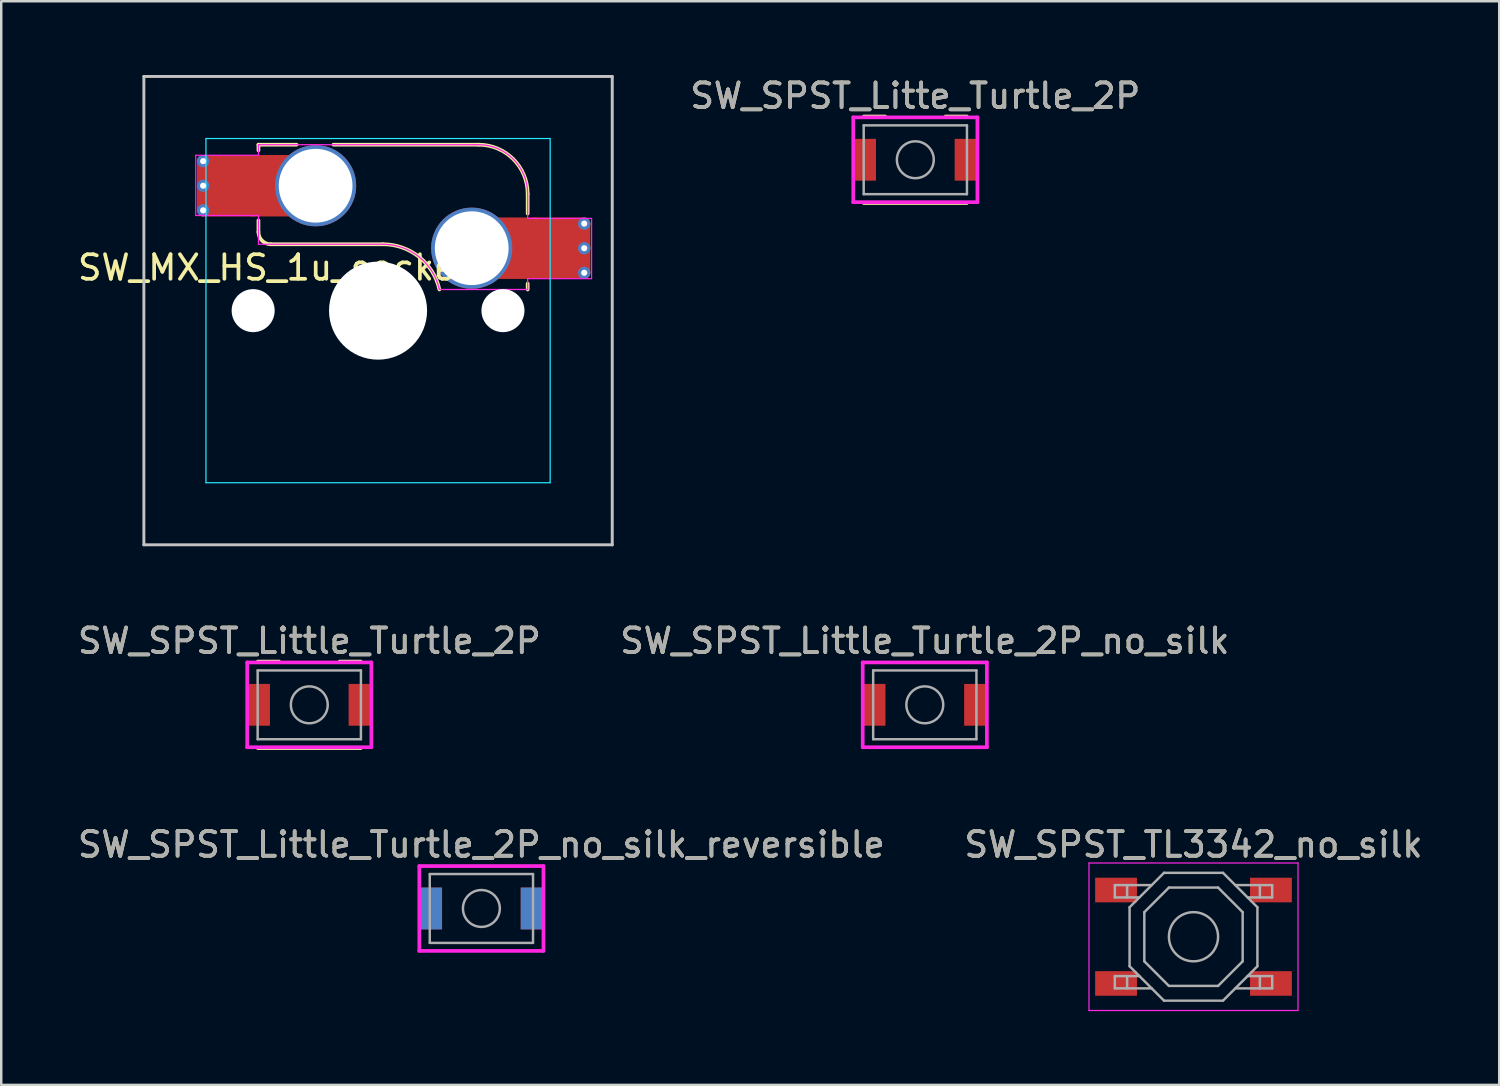
<source format=kicad_pcb>
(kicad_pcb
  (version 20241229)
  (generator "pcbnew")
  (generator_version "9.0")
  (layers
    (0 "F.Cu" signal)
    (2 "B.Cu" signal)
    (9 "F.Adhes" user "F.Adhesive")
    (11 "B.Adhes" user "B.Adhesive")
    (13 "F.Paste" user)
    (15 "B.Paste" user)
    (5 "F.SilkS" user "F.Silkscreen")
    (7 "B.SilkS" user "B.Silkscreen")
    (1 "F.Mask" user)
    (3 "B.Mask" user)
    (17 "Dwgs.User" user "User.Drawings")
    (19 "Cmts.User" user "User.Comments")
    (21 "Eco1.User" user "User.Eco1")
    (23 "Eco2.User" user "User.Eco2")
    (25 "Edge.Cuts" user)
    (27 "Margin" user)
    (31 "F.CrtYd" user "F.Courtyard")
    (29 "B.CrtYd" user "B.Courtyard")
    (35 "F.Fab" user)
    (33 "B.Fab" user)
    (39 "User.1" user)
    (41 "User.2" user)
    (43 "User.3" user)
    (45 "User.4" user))
  (footprint "SW_SPST_Little_Turtle_2P_no_silk"
    (layer "F.Cu")
    (at 34.565 25.618)
    (property "Reference" "SW_SPST_Little_Turtle_2P_no_silk" (at 0 -2.6 0) (layer "F.SilkS") (effects (font (size 1 1) (thickness 0.15))))
    (attr smd)
    (fp_line (start -2.525 -1.725) (end -2.525 1.725) (stroke (width 0.15) (type solid)) (layer "F.CrtYd"))
    (fp_line (start -2.525 1.725) (end 2.525 1.725) (stroke (width 0.15) (type solid)) (layer "F.CrtYd"))
    (fp_line (start 2.525 -1.725) (end -2.525 -1.725) (stroke (width 0.15) (type solid)) (layer "F.CrtYd"))
    (fp_line (start 2.525 1.725) (end 2.525 -1.725) (stroke (width 0.15) (type solid)) (layer "F.CrtYd"))
    (fp_line (start -2.1 -1.4) (end 2.1 -1.4) (stroke (width 0.1) (type solid)) (layer "F.Fab"))
    (fp_line (start -2.1 1.4) (end -2.1 -1.4) (stroke (width 0.1) (type solid)) (layer "F.Fab"))
    (fp_line (start 2.1 -1.4) (end 2.1 1.4) (stroke (width 0.1) (type solid)) (layer "F.Fab"))
    (fp_line (start 2.1 1.4) (end -2.1 1.4) (stroke (width 0.1) (type solid)) (layer "F.Fab"))
    (fp_circle (center 0 0) (end 0.75 0) (stroke (width 0.1) (type solid)) (fill no) (layer "F.Fab"))
    (fp_text user "${REFERENCE}" (at 0 -2.6 0) (layer "F.Fab") (effects (font (size 1 1) (thickness 0.15))))
    (pad "1" smd rect (at -2.05 0) (size 0.9 1.7) (layers "F.Cu" "F.Mask" "F.Paste"))
    (pad "2" smd rect (at 2.05 0) (size 0.9 1.7) (layers "F.Cu" "F.Mask" "F.Paste")))
  (footprint "SW_SPST_Little_Turtle_2P"
    (layer "F.Cu")
    (at 9.53 25.618)
    (property "Reference" "SW_SPST_Little_Turtle_2P" (at 0 -2.6 0) (layer "F.SilkS") (effects (font (size 1 1) (thickness 0.15))))
    (attr smd)
    (fp_line (start -2.1 -1.775) (end -1.225 -1.775) (stroke (width 0.12) (type solid)) (layer "F.SilkS"))
    (fp_line (start -2.1 1.775) (end 2.1 1.775) (stroke (width 0.12) (type solid)) (layer "F.SilkS"))
    (fp_line (start 1.225 -1.775) (end 2.1 -1.775) (stroke (width 0.12) (type solid)) (layer "F.SilkS"))
    (fp_line (start -2.525 -1.725) (end -2.525 1.725) (stroke (width 0.15) (type solid)) (layer "F.CrtYd"))
    (fp_line (start -2.525 1.725) (end 2.525 1.725) (stroke (width 0.15) (type solid)) (layer "F.CrtYd"))
    (fp_line (start 2.525 -1.725) (end -2.525 -1.725) (stroke (width 0.15) (type solid)) (layer "F.CrtYd"))
    (fp_line (start 2.525 1.725) (end 2.525 -1.725) (stroke (width 0.15) (type solid)) (layer "F.CrtYd"))
    (fp_line (start -2.1 -1.4) (end 2.1 -1.4) (stroke (width 0.1) (type solid)) (layer "F.Fab"))
    (fp_line (start -2.1 1.4) (end -2.1 -1.4) (stroke (width 0.1) (type solid)) (layer "F.Fab"))
    (fp_line (start 2.1 -1.4) (end 2.1 1.4) (stroke (width 0.1) (type solid)) (layer "F.Fab"))
    (fp_line (start 2.1 1.4) (end -2.1 1.4) (stroke (width 0.1) (type solid)) (layer "F.Fab"))
    (fp_circle (center 0 0) (end 0.75 0) (stroke (width 0.1) (type solid)) (fill no) (layer "F.Fab"))
    (fp_text user "${REFERENCE}" (at 0 -2.6 0) (layer "F.Fab") (effects (font (size 1 1) (thickness 0.15))))
    (pad "1" smd rect (at -2.05 0) (size 0.9 1.7) (layers "F.Cu" "F.Mask" "F.Paste"))
    (pad "2" smd rect (at 2.05 0) (size 0.9 1.7) (layers "F.Cu" "F.Mask" "F.Paste")))
  (footprint "SW_SPST_Little_Turtle_2P_no_silk_reversible"
    (layer "F.Cu")
    (at 16.53 33.901)
    (property "Reference" "SW_SPST_Little_Turtle_2P_no_silk_reversible" (at 0 -2.6 0) (layer "F.SilkS") (effects (font (size 1 1) (thickness 0.15))))
    (attr smd)
    (fp_line (start -2.525 -1.725) (end -2.525 1.725) (stroke (width 0.15) (type solid)) (layer "F.CrtYd"))
    (fp_line (start -2.525 1.725) (end 2.525 1.725) (stroke (width 0.15) (type solid)) (layer "F.CrtYd"))
    (fp_line (start 2.525 -1.725) (end -2.525 -1.725) (stroke (width 0.15) (type solid)) (layer "F.CrtYd"))
    (fp_line (start 2.525 1.725) (end 2.525 -1.725) (stroke (width 0.15) (type solid)) (layer "F.CrtYd"))
    (fp_line (start -2.1 -1.4) (end 2.1 -1.4) (stroke (width 0.1) (type solid)) (layer "F.Fab"))
    (fp_line (start -2.1 1.4) (end -2.1 -1.4) (stroke (width 0.1) (type solid)) (layer "F.Fab"))
    (fp_line (start 2.1 -1.4) (end 2.1 1.4) (stroke (width 0.1) (type solid)) (layer "F.Fab"))
    (fp_line (start 2.1 1.4) (end -2.1 1.4) (stroke (width 0.1) (type solid)) (layer "F.Fab"))
    (fp_circle (center 0 0) (end 0.75 0) (stroke (width 0.1) (type solid)) (fill no) (layer "F.Fab"))
    (fp_text user "${REFERENCE}" (at 0 -2.6 0) (layer "F.Fab") (effects (font (size 1 1) (thickness 0.15))))
    (pad "1" smd rect (at -2.05 0) (size 0.9 1.7) (layers "F.Cu" "F.Mask" "F.Paste"))
    (pad "1" smd rect (at -2.05 0) (size 0.9 1.7) (layers "B.Cu" "B.Mask" "B.Paste"))
    (pad "2" smd rect (at 2.05 0) (size 0.9 1.7) (layers "F.Cu" "F.Mask" "F.Paste"))
    (pad "2" smd rect (at 2.05 0) (size 0.9 1.7) (layers "B.Cu" "B.Mask" "B.Paste")))
  (footprint "SW_SPST_Litte_Turtle_2P"
    (layer "F.Cu")
    (at 34.18 3.448)
    (property "Reference" "SW_SPST_Litte_Turtle_2P" (at 0 -2.6 0) (layer "F.SilkS") (effects (font (size 1 1) (thickness 0.15))))
    (attr smd)
    (fp_line (start -2.1 -1.775) (end -1.225 -1.775) (stroke (width 0.12) (type solid)) (layer "F.SilkS"))
    (fp_line (start -2.1 1.775) (end 2.1 1.775) (stroke (width 0.12) (type solid)) (layer "F.SilkS"))
    (fp_line (start 1.225 -1.775) (end 2.1 -1.775) (stroke (width 0.12) (type solid)) (layer "F.SilkS"))
    (fp_line (start -2.525 -1.725) (end -2.525 1.725) (stroke (width 0.15) (type solid)) (layer "F.CrtYd"))
    (fp_line (start -2.525 1.725) (end 2.525 1.725) (stroke (width 0.15) (type solid)) (layer "F.CrtYd"))
    (fp_line (start 2.525 -1.725) (end -2.525 -1.725) (stroke (width 0.15) (type solid)) (layer "F.CrtYd"))
    (fp_line (start 2.525 1.725) (end 2.525 -1.725) (stroke (width 0.15) (type solid)) (layer "F.CrtYd"))
    (fp_line (start -2.1 -1.4) (end 2.1 -1.4) (stroke (width 0.1) (type solid)) (layer "F.Fab"))
    (fp_line (start -2.1 1.4) (end -2.1 -1.4) (stroke (width 0.1) (type solid)) (layer "F.Fab"))
    (fp_line (start 2.1 -1.4) (end 2.1 1.4) (stroke (width 0.1) (type solid)) (layer "F.Fab"))
    (fp_line (start 2.1 1.4) (end -2.1 1.4) (stroke (width 0.1) (type solid)) (layer "F.Fab"))
    (fp_circle (center 0 0) (end 0.75 0) (stroke (width 0.1) (type solid)) (fill no) (layer "F.Fab"))
    (fp_text user "${REFERENCE}" (at 0 -2.6 0) (layer "F.Fab") (effects (font (size 1 1) (thickness 0.15))))
    (pad "1" smd rect (at -2.05 0) (size 0.9 1.7) (layers "F.Cu" "F.Mask" "F.Paste"))
    (pad "2" smd rect (at 2.05 0) (size 0.9 1.7) (layers "F.Cu" "F.Mask" "F.Paste")))
  (footprint "SW_SPST_TL3342_no_silk"
    (layer "F.Cu")
    (at 45.494 35.051)
    (property "Reference" "SW_SPST_TL3342_no_silk" (at 0 -3.75 0) (layer "F.SilkS") (effects (font (size 1 1) (thickness 0.15))))
    (attr smd)
    (fp_line (start -4.25 -3) (end 4.25 -3) (stroke (width 0.05) (type solid)) (layer "F.CrtYd"))
    (fp_line (start -4.25 3) (end -4.25 -3) (stroke (width 0.05) (type solid)) (layer "F.CrtYd"))
    (fp_line (start 4.25 -3) (end 4.25 3) (stroke (width 0.05) (type solid)) (layer "F.CrtYd"))
    (fp_line (start 4.25 3) (end -4.25 3) (stroke (width 0.05) (type solid)) (layer "F.CrtYd"))
    (fp_line (start -3.2 -2.1) (end -3.2 -1.6) (stroke (width 0.1) (type solid)) (layer "F.Fab"))
    (fp_line (start -3.2 -1.6) (end -2.2 -1.6) (stroke (width 0.1) (type solid)) (layer "F.Fab"))
    (fp_line (start -3.2 1.6) (end -2.2 1.6) (stroke (width 0.1) (type solid)) (layer "F.Fab"))
    (fp_line (start -3.2 2.1) (end -3.2 1.6) (stroke (width 0.1) (type solid)) (layer "F.Fab"))
    (fp_line (start -2.7 -2.1) (end -2.7 -1.6) (stroke (width 0.1) (type solid)) (layer "F.Fab"))
    (fp_line (start -2.7 2.1) (end -2.7 1.6) (stroke (width 0.1) (type solid)) (layer "F.Fab"))
    (fp_line (start -2.6 -1.2) (end -2.6 1.2) (stroke (width 0.1) (type solid)) (layer "F.Fab"))
    (fp_line (start -2.6 1.2) (end -1.2 2.6) (stroke (width 0.1) (type solid)) (layer "F.Fab"))
    (fp_line (start -2 -1) (end -1 -2) (stroke (width 0.1) (type solid)) (layer "F.Fab"))
    (fp_line (start -2 1) (end -2 -1) (stroke (width 0.1) (type solid)) (layer "F.Fab"))
    (fp_line (start -1.7 -2.1) (end -3.2 -2.1) (stroke (width 0.1) (type solid)) (layer "F.Fab"))
    (fp_line (start -1.7 2.1) (end -3.2 2.1) (stroke (width 0.1) (type solid)) (layer "F.Fab"))
    (fp_line (start -1.2 -2.6) (end -2.6 -1.2) (stroke (width 0.1) (type solid)) (layer "F.Fab"))
    (fp_line (start -1.2 2.6) (end 1.2 2.6) (stroke (width 0.1) (type solid)) (layer "F.Fab"))
    (fp_line (start -1 -2) (end 1 -2) (stroke (width 0.1) (type solid)) (layer "F.Fab"))
    (fp_line (start -1 2) (end -2 1) (stroke (width 0.1) (type solid)) (layer "F.Fab"))
    (fp_line (start 1 -2) (end 2 -1) (stroke (width 0.1) (type solid)) (layer "F.Fab"))
    (fp_line (start 1 2) (end -1 2) (stroke (width 0.1) (type solid)) (layer "F.Fab"))
    (fp_line (start 1.2 -2.6) (end -1.2 -2.6) (stroke (width 0.1) (type solid)) (layer "F.Fab"))
    (fp_line (start 1.2 2.6) (end 2.6 1.2) (stroke (width 0.1) (type solid)) (layer "F.Fab"))
    (fp_line (start 1.7 -2.1) (end 3.2 -2.1) (stroke (width 0.1) (type solid)) (layer "F.Fab"))
    (fp_line (start 1.7 2.1) (end 3.2 2.1) (stroke (width 0.1) (type solid)) (layer "F.Fab"))
    (fp_line (start 2 -1) (end 2 1) (stroke (width 0.1) (type solid)) (layer "F.Fab"))
    (fp_line (start 2 1) (end 1 2) (stroke (width 0.1) (type solid)) (layer "F.Fab"))
    (fp_line (start 2.6 -1.2) (end 1.2 -2.6) (stroke (width 0.1) (type solid)) (layer "F.Fab"))
    (fp_line (start 2.6 1.2) (end 2.6 -1.2) (stroke (width 0.1) (type solid)) (layer "F.Fab"))
    (fp_line (start 2.7 -2.1) (end 2.7 -1.6) (stroke (width 0.1) (type solid)) (layer "F.Fab"))
    (fp_line (start 2.7 2.1) (end 2.7 1.6) (stroke (width 0.1) (type solid)) (layer "F.Fab"))
    (fp_line (start 3.2 -2.1) (end 3.2 -1.6) (stroke (width 0.1) (type solid)) (layer "F.Fab"))
    (fp_line (start 3.2 -1.6) (end 2.2 -1.6) (stroke (width 0.1) (type solid)) (layer "F.Fab"))
    (fp_line (start 3.2 1.6) (end 2.2 1.6) (stroke (width 0.1) (type solid)) (layer "F.Fab"))
    (fp_line (start 3.2 2.1) (end 3.2 1.6) (stroke (width 0.1) (type solid)) (layer "F.Fab"))
    (fp_circle (center 0 0) (end 1 0) (stroke (width 0.1) (type solid)) (fill no) (layer "F.Fab"))
    (fp_text user "${REFERENCE}" (at 0 -3.75 0) (layer "F.Fab") (effects (font (size 1 1) (thickness 0.15))))
    (pad "1" smd rect (at -3.15 -1.9) (size 1.7 1) (layers "F.Cu" "F.Mask" "F.Paste"))
    (pad "1" smd rect (at 3.15 -1.9) (size 1.7 1) (layers "F.Cu" "F.Mask" "F.Paste"))
    (pad "2" smd rect (at -3.15 1.9) (size 1.7 1) (layers "F.Cu" "F.Mask" "F.Paste"))
    (pad "2" smd rect (at 3.15 1.9) (size 1.7 1) (layers "F.Cu" "F.Mask" "F.Paste")))
  (footprint "SW_MX_HS_1u_socket"
    (layer "F.Cu")
    (at 12.327 9.585)
    (property "Reference" "SW_MX_HS_1u_socket" (at -4.25 -1.75 0) (layer "F.SilkS") (effects (font (size 1 1) (thickness 0.15))))
    (attr smd)
    (fp_line (start -4.865 -6.75) (end -4.865 -6.52) (stroke (width 0.15) (type solid)) (layer "F.SilkS"))
    (fp_line (start -4.865 -3.67) (end -4.865 -3.2) (stroke (width 0.15) (type solid)) (layer "F.SilkS"))
    (fp_line (start -4.365 -2.7) (end 0.2 -2.7) (stroke (width 0.15) (type solid)) (layer "F.SilkS"))
    (fp_line (start -3.315 -6.75) (end -4.865 -6.75) (stroke (width 0.15) (type solid)) (layer "F.SilkS"))
    (fp_line (start 4.085 -6.75) (end -1.815 -6.75) (stroke (width 0.15) (type solid)) (layer "F.SilkS"))
    (fp_line (start 6.085 -3.95) (end 6.085 -4.75) (stroke (width 0.15) (type solid)) (layer "F.SilkS"))
    (fp_line (start 6.085 -1.1) (end 6.085 -0.86) (stroke (width 0.15) (type solid)) (layer "F.SilkS"))
    (fp_arc (start -4.364824 -2.70022) (mid -4.718377 -2.846667) (end -4.864824 -3.20022) (stroke (width 0.15) (type solid)) (layer "F.SilkS"))
    (fp_arc (start 0.2 -2.70022) (mid 1.670693 -2.183637) (end 2.494322 -0.86022) (stroke (width 0.15) (type solid)) (layer "F.SilkS"))
    (fp_arc (start 4.085176 -6.75022) (mid 5.49939 -6.164434) (end 6.085176 -4.75022) (stroke (width 0.15) (type solid)) (layer "F.SilkS"))
    (fp_line (start -9.525 -9.525) (end 9.525 -9.525) (stroke (width 0.12) (type solid)) (layer "Dwgs.User"))
    (fp_line (start -9.525 9.525) (end -9.525 -9.525) (stroke (width 0.12) (type solid)) (layer "Dwgs.User"))
    (fp_line (start 9.525 -9.525) (end 9.525 9.525) (stroke (width 0.12) (type solid)) (layer "Dwgs.User"))
    (fp_line (start 9.525 9.525) (end -9.525 9.525) (stroke (width 0.12) (type solid)) (layer "Dwgs.User"))
    (fp_line (start -7 -6.5) (end -7 6.5) (stroke (width 0.05) (type solid)) (layer "Eco2.User"))
    (fp_line (start -6.5 7) (end 6.5 7) (stroke (width 0.05) (type solid)) (layer "Eco2.User"))
    (fp_line (start 6.5 -7) (end -6.5 -7) (stroke (width 0.05) (type solid)) (layer "Eco2.User"))
    (fp_line (start 7 6.5) (end 7 -6.5) (stroke (width 0.05) (type solid)) (layer "Eco2.User"))
    (fp_arc (start -7 -6.5) (mid -6.853553 -6.853553) (end -6.5 -7) (stroke (width 0.05) (type solid)) (layer "Eco2.User"))
    (fp_arc (start -6.497236 6.998884) (mid -6.850789 6.852437) (end -6.997236 6.498884) (stroke (width 0.05) (type solid)) (layer "Eco2.User"))
    (fp_arc (start 6.5 -7) (mid 6.853553 -6.853553) (end 7 -6.5) (stroke (width 0.05) (type solid)) (layer "Eco2.User"))
    (fp_arc (start 7 6.5) (mid 6.853553 6.853553) (end 6.5 7) (stroke (width 0.05) (type solid)) (layer "Eco2.User"))
    (fp_line (start -7 -7) (end 7 -7) (stroke (width 0.05) (type solid)) (layer "B.CrtYd"))
    (fp_line (start -7 7) (end -7 -7) (stroke (width 0.05) (type solid)) (layer "B.CrtYd"))
    (fp_line (start 7 -7) (end 7 7) (stroke (width 0.05) (type solid)) (layer "B.CrtYd"))
    (fp_line (start 7 7) (end -7 7) (stroke (width 0.05) (type solid)) (layer "B.CrtYd"))
    (fp_line (start -7.415 -6.32) (end -4.865 -6.32) (stroke (width 0.05) (type solid)) (layer "F.CrtYd"))
    (fp_line (start -7.415 -3.87) (end -7.415 -6.32) (stroke (width 0.05) (type solid)) (layer "F.CrtYd"))
    (fp_line (start -4.865 -6.75) (end -4.865 -6.32) (stroke (width 0.05) (type solid)) (layer "F.CrtYd"))
    (fp_line (start -4.865 -3.87) (end -7.415 -3.87) (stroke (width 0.05) (type solid)) (layer "F.CrtYd"))
    (fp_line (start -4.865 -3.87) (end -4.865 -2.7) (stroke (width 0.05) (type solid)) (layer "F.CrtYd"))
    (fp_line (start -4.865 -2.7) (end 0.2 -2.7) (stroke (width 0.05) (type solid)) (layer "F.CrtYd"))
    (fp_line (start 4.085 -6.75) (end -4.865 -6.75) (stroke (width 0.05) (type solid)) (layer "F.CrtYd"))
    (fp_line (start 6.085 -3.75) (end 6.085 -4.75) (stroke (width 0.05) (type solid)) (layer "F.CrtYd"))
    (fp_line (start 6.085 -3.75) (end 8.685 -3.75) (stroke (width 0.05) (type solid)) (layer "F.CrtYd"))
    (fp_line (start 6.085 -1.3) (end 6.085 -0.86) (stroke (width 0.05) (type solid)) (layer "F.CrtYd"))
    (fp_line (start 6.085 -0.86) (end 2.494 -0.86) (stroke (width 0.05) (type solid)) (layer "F.CrtYd"))
    (fp_line (start 8.685 -3.75) (end 8.685 -1.3) (stroke (width 0.05) (type solid)) (layer "F.CrtYd"))
    (fp_line (start 8.685 -1.3) (end 6.085 -1.3) (stroke (width 0.05) (type solid)) (layer "F.CrtYd"))
    (fp_arc (start 0.2 -2.70022) (mid 1.670503 -2.183399) (end 2.494322 -0.86022) (stroke (width 0.05) (type solid)) (layer "F.CrtYd"))
    (fp_arc (start 4.085176 -6.75022) (mid 5.49939 -6.164434) (end 6.085176 -4.75022) (stroke (width 0.05) (type solid)) (layer "F.CrtYd"))
    (pad "" np_thru_hole circle (at -5.08 0) (size 1.75 1.75) (drill 1.75) (layers "*.Cu" "*.Mask"))
    (pad "" np_thru_hole circle (at 0 0) (size 3.988 3.988) (drill 3.988) (layers "*.Cu" "*.Mask"))
    (pad "" np_thru_hole circle (at 5.08 0) (size 1.75 1.75) (drill 1.75) (layers "*.Cu" "*.Mask"))
    (pad "1" thru_hole circle (at 3.81 -2.54) (size 3.3 3.3) (drill 3) (layers "*.Cu" "*.Mask"))
    (pad "1" smd rect (at 5.635 -2.54 180) (size 1.65 2.5) (layers "F.Cu"))
    (pad "1" smd roundrect (at 7.36 -2.54) (size 2.55 2.5) (layers "F.Cu" "F.Mask" "F.Paste") (roundrect_rratio 0.1))
    (pad "1" thru_hole circle (at 8.385 -3.54) (size 0.5 0.5) (drill 0.25) (layers "*.Cu"))
    (pad "1" thru_hole circle (at 8.385 -2.54) (size 0.5 0.5) (drill 0.25) (layers "*.Cu"))
    (pad "1" thru_hole circle (at 8.385 -1.54) (size 0.5 0.5) (drill 0.25) (layers "*.Cu"))
    (pad "2" thru_hole circle (at -7.115 -6.08) (size 0.5 0.5) (drill 0.25) (layers "*.Cu"))
    (pad "2" thru_hole circle (at -7.115 -5.08) (size 0.5 0.5) (drill 0.25) (layers "*.Cu"))
    (pad "2" thru_hole circle (at -7.115 -4.08) (size 0.5 0.5) (drill 0.25) (layers "*.Cu"))
    (pad "2" smd roundrect (at -6.09 -5.08) (size 2.55 2.5) (layers "F.Cu" "F.Mask" "F.Paste") (roundrect_rratio 0.1))
    (pad "2" smd rect (at -4.34 -5.08) (size 1.65 2.5) (layers "F.Cu"))
    (pad "2" thru_hole circle (at -2.54 -5.08) (size 3.3 3.3) (drill 3) (layers "*.Cu" "*.Mask")))
  (gr_rect
    (start -3 -3)
    (end 57.929 41.077)
    (stroke (width 0.1) (type default))
    (fill no)
    (layer "Edge.Cuts")))
</source>
